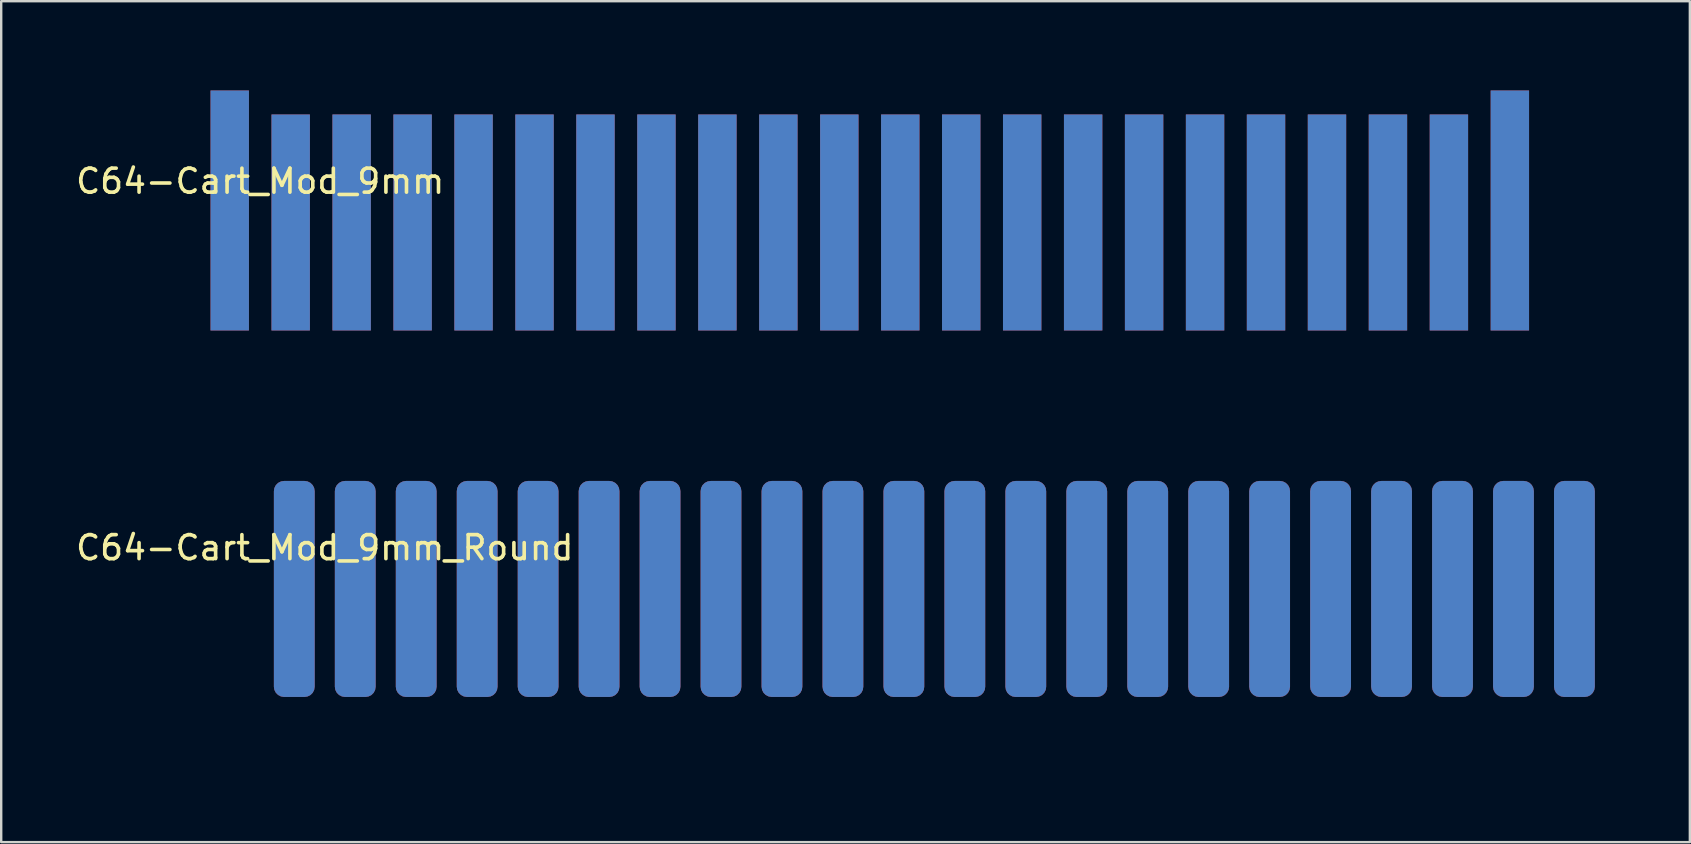
<source format=kicad_pcb>
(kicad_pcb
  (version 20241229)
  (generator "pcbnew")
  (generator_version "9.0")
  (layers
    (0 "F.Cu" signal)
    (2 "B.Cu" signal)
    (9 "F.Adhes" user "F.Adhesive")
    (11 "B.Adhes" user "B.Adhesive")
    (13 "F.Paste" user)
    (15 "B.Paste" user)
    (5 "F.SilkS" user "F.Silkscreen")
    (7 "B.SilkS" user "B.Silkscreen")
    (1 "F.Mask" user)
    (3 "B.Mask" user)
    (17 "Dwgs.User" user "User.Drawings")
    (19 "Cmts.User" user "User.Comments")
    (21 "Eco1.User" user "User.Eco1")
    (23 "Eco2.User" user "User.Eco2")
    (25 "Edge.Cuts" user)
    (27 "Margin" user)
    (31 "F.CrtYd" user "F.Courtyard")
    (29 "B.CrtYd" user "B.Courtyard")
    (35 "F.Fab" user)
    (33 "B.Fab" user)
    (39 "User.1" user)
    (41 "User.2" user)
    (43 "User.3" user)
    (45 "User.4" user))
  (footprint "C64-Cart_Mod_9mm"
    (layer "F.Cu")
    (at 3.982 13.52)
    (property "Reference" "C64-Cart_Mod_9mm" (at 3.81 -9.018 0) (layer "F.SilkS") (effects (font (size 1 1) (thickness 0.15))))
    (attr through_hole)
    (pad "" smd rect (at 28.89 -8.02 180) (size 57.6 11) (layers "F.Mask"))
    (pad "" smd rect (at 28.89 -8.02 180) (size 57.6 11) (layers "B.Mask"))
    (pad "1" smd rect (at 2.54 -7.8 180) (size 1.6 10) (layers "F.Cu" "F.Mask" "F.Paste"))
    (pad "2" smd rect (at 5.08 -7.3 180) (size 1.6 9) (layers "F.Cu" "F.Mask" "F.Paste"))
    (pad "3" smd rect (at 7.62 -7.3 180) (size 1.6 9) (layers "F.Cu" "F.Mask" "F.Paste"))
    (pad "4" smd rect (at 10.16 -7.3 180) (size 1.6 9) (layers "F.Cu" "F.Mask" "F.Paste"))
    (pad "5" smd rect (at 12.7 -7.3 180) (size 1.6 9) (layers "F.Cu" "F.Mask" "F.Paste"))
    (pad "6" smd rect (at 15.24 -7.3 180) (size 1.6 9) (layers "F.Cu" "F.Mask" "F.Paste"))
    (pad "7" smd rect (at 17.78 -7.3 180) (size 1.6 9) (layers "F.Cu" "F.Mask" "F.Paste"))
    (pad "8" smd rect (at 20.32 -7.3 180) (size 1.6 9) (layers "F.Cu" "F.Mask" "F.Paste"))
    (pad "9" smd rect (at 22.86 -7.3 180) (size 1.6 9) (layers "F.Cu" "F.Mask" "F.Paste"))
    (pad "10" smd rect (at 25.4 -7.3 180) (size 1.6 9) (layers "F.Cu" "F.Mask" "F.Paste"))
    (pad "11" smd rect (at 27.94 -7.3 180) (size 1.6 9) (layers "F.Cu" "F.Mask" "F.Paste"))
    (pad "12" smd rect (at 30.48 -7.3 180) (size 1.6 9) (layers "F.Cu" "F.Mask" "F.Paste"))
    (pad "13" smd rect (at 33.02 -7.3 180) (size 1.6 9) (layers "F.Cu" "F.Mask" "F.Paste"))
    (pad "14" smd rect (at 35.56 -7.3 180) (size 1.6 9) (layers "F.Cu" "F.Mask" "F.Paste"))
    (pad "15" smd rect (at 38.1 -7.3 180) (size 1.6 9) (layers "F.Cu" "F.Mask" "F.Paste"))
    (pad "16" smd rect (at 40.64 -7.3 180) (size 1.6 9) (layers "F.Cu" "F.Mask" "F.Paste"))
    (pad "17" smd rect (at 43.18 -7.3 180) (size 1.6 9) (layers "F.Cu" "F.Mask" "F.Paste"))
    (pad "18" smd rect (at 45.72 -7.3 180) (size 1.6 9) (layers "F.Cu" "F.Mask" "F.Paste"))
    (pad "19" smd rect (at 48.26 -7.3 180) (size 1.6 9) (layers "F.Cu" "F.Mask" "F.Paste"))
    (pad "20" smd rect (at 50.8 -7.3 180) (size 1.6 9) (layers "F.Cu" "F.Mask" "F.Paste"))
    (pad "21" smd rect (at 53.34 -7.3 180) (size 1.6 9) (layers "F.Cu" "F.Mask" "F.Paste"))
    (pad "22" smd rect (at 55.88 -7.8 180) (size 1.6 10) (layers "F.Cu" "F.Mask" "F.Paste"))
    (pad "A" smd rect (at 2.54 -7.8) (size 1.6 10) (layers "B.Cu" "B.Mask" "B.Paste"))
    (pad "B" smd rect (at 5.08 -7.3) (size 1.6 9) (layers "B.Cu" "B.Mask" "B.Paste"))
    (pad "C" smd rect (at 7.62 -7.3) (size 1.6 9) (layers "B.Cu" "B.Mask" "B.Paste"))
    (pad "D" smd rect (at 10.16 -7.3) (size 1.6 9) (layers "B.Cu" "B.Mask" "B.Paste"))
    (pad "E" smd rect (at 12.7 -7.3) (size 1.6 9) (layers "B.Cu" "B.Mask" "B.Paste"))
    (pad "F" smd rect (at 15.24 -7.3) (size 1.6 9) (layers "B.Cu" "B.Mask" "B.Paste"))
    (pad "H" smd rect (at 17.78 -7.3) (size 1.6 9) (layers "B.Cu" "B.Mask" "B.Paste"))
    (pad "J" smd rect (at 20.32 -7.3) (size 1.6 9) (layers "B.Cu" "B.Mask" "B.Paste"))
    (pad "K" smd rect (at 22.86 -7.3) (size 1.6 9) (layers "B.Cu" "B.Mask" "B.Paste"))
    (pad "L" smd rect (at 25.4 -7.3) (size 1.6 9) (layers "B.Cu" "B.Mask" "B.Paste"))
    (pad "M" smd rect (at 27.94 -7.3) (size 1.6 9) (layers "B.Cu" "B.Mask" "B.Paste"))
    (pad "N" smd rect (at 30.48 -7.3) (size 1.6 9) (layers "B.Cu" "B.Mask" "B.Paste"))
    (pad "P" smd rect (at 33.02 -7.3) (size 1.6 9) (layers "B.Cu" "B.Mask" "B.Paste"))
    (pad "R" smd rect (at 35.56 -7.3) (size 1.6 9) (layers "B.Cu" "B.Mask" "B.Paste"))
    (pad "S" smd rect (at 38.1 -7.3) (size 1.6 9) (layers "B.Cu" "B.Mask" "B.Paste"))
    (pad "T" smd rect (at 40.64 -7.3) (size 1.6 9) (layers "B.Cu" "B.Mask" "B.Paste"))
    (pad "U" smd rect (at 43.18 -7.3) (size 1.6 9) (layers "B.Cu" "B.Mask" "B.Paste"))
    (pad "V" smd rect (at 45.72 -7.3) (size 1.6 9) (layers "B.Cu" "B.Mask" "B.Paste"))
    (pad "W" smd rect (at 48.26 -7.3) (size 1.6 9) (layers "B.Cu" "B.Mask" "B.Paste"))
    (pad "X" smd rect (at 50.8 -7.3) (size 1.6 9) (layers "B.Cu" "B.Mask" "B.Paste"))
    (pad "Y" smd rect (at 53.34 -7.3) (size 1.6 9) (layers "B.Cu" "B.Mask" "B.Paste"))
    (pad "Z" smd rect (at 55.88 -7.8) (size 1.6 10) (layers "B.Cu" "B.Mask" "B.Paste")))
  (footprint "C64-Cart_Mod_9mm_Round"
    (layer "F.Cu")
    (at 6.672 28.79)
    (property "Reference" "C64-Cart_Mod_9mm_Round" (at 3.81 -9.018 0) (layer "F.SilkS") (effects (font (size 1 1) (thickness 0.15))))
    (attr through_hole)
    (pad "" smd rect (at 28.89 -7.27 180) (size 57.6 9.5) (layers "F.Mask"))
    (pad "" smd rect (at 28.89 -7.27 180) (size 57.6 9.5) (layers "B.Mask"))
    (pad "1" smd roundrect (at 2.54 -7.3 180) (size 1.7 9) (layers "F.Cu" "F.Mask" "F.Paste") (roundrect_rratio 0.25))
    (pad "2" smd roundrect (at 5.08 -7.3 180) (size 1.7 9) (layers "F.Cu" "F.Mask" "F.Paste") (roundrect_rratio 0.25))
    (pad "3" smd roundrect (at 7.62 -7.3 180) (size 1.7 9) (layers "F.Cu" "F.Mask" "F.Paste") (roundrect_rratio 0.25))
    (pad "4" smd roundrect (at 10.16 -7.3 180) (size 1.7 9) (layers "F.Cu" "F.Mask" "F.Paste") (roundrect_rratio 0.25))
    (pad "5" smd roundrect (at 12.7 -7.3 180) (size 1.7 9) (layers "F.Cu" "F.Mask" "F.Paste") (roundrect_rratio 0.25))
    (pad "6" smd roundrect (at 15.24 -7.3 180) (size 1.7 9) (layers "F.Cu" "F.Mask" "F.Paste") (roundrect_rratio 0.25))
    (pad "7" smd roundrect (at 17.78 -7.3 180) (size 1.7 9) (layers "F.Cu" "F.Mask" "F.Paste") (roundrect_rratio 0.25))
    (pad "8" smd roundrect (at 20.32 -7.3 180) (size 1.7 9) (layers "F.Cu" "F.Mask" "F.Paste") (roundrect_rratio 0.25))
    (pad "9" smd roundrect (at 22.86 -7.3 180) (size 1.7 9) (layers "F.Cu" "F.Mask" "F.Paste") (roundrect_rratio 0.25))
    (pad "10" smd roundrect (at 25.4 -7.3 180) (size 1.7 9) (layers "F.Cu" "F.Mask" "F.Paste") (roundrect_rratio 0.25))
    (pad "11" smd roundrect (at 27.94 -7.3 180) (size 1.7 9) (layers "F.Cu" "F.Mask" "F.Paste") (roundrect_rratio 0.25))
    (pad "12" smd roundrect (at 30.48 -7.3 180) (size 1.7 9) (layers "F.Cu" "F.Mask" "F.Paste") (roundrect_rratio 0.25))
    (pad "13" smd roundrect (at 33.02 -7.3 180) (size 1.7 9) (layers "F.Cu" "F.Mask" "F.Paste") (roundrect_rratio 0.25))
    (pad "14" smd roundrect (at 35.56 -7.3 180) (size 1.7 9) (layers "F.Cu" "F.Mask" "F.Paste") (roundrect_rratio 0.25))
    (pad "15" smd roundrect (at 38.1 -7.3 180) (size 1.7 9) (layers "F.Cu" "F.Mask" "F.Paste") (roundrect_rratio 0.25))
    (pad "16" smd roundrect (at 40.64 -7.3 180) (size 1.7 9) (layers "F.Cu" "F.Mask" "F.Paste") (roundrect_rratio 0.25))
    (pad "17" smd roundrect (at 43.18 -7.3 180) (size 1.7 9) (layers "F.Cu" "F.Mask" "F.Paste") (roundrect_rratio 0.25))
    (pad "18" smd roundrect (at 45.72 -7.3 180) (size 1.7 9) (layers "F.Cu" "F.Mask" "F.Paste") (roundrect_rratio 0.25))
    (pad "19" smd roundrect (at 48.26 -7.3 180) (size 1.7 9) (layers "F.Cu" "F.Mask" "F.Paste") (roundrect_rratio 0.25))
    (pad "20" smd roundrect (at 50.8 -7.3 180) (size 1.7 9) (layers "F.Cu" "F.Mask" "F.Paste") (roundrect_rratio 0.25))
    (pad "21" smd roundrect (at 53.34 -7.3 180) (size 1.7 9) (layers "F.Cu" "F.Mask" "F.Paste") (roundrect_rratio 0.25))
    (pad "22" smd roundrect (at 55.88 -7.3 180) (size 1.7 9) (layers "F.Cu" "F.Mask" "F.Paste") (roundrect_rratio 0.25))
    (pad "A" smd roundrect (at 2.54 -7.3) (size 1.7 9) (layers "B.Cu" "B.Mask" "B.Paste") (roundrect_rratio 0.25))
    (pad "B" smd roundrect (at 5.08 -7.3) (size 1.7 9) (layers "B.Cu" "B.Mask" "B.Paste") (roundrect_rratio 0.25))
    (pad "C" smd roundrect (at 7.62 -7.3) (size 1.7 9) (layers "B.Cu" "B.Mask" "B.Paste") (roundrect_rratio 0.25))
    (pad "D" smd roundrect (at 10.16 -7.3) (size 1.7 9) (layers "B.Cu" "B.Mask" "B.Paste") (roundrect_rratio 0.25))
    (pad "E" smd roundrect (at 12.7 -7.3) (size 1.7 9) (layers "B.Cu" "B.Mask" "B.Paste") (roundrect_rratio 0.25))
    (pad "F" smd roundrect (at 15.24 -7.3) (size 1.7 9) (layers "B.Cu" "B.Mask" "B.Paste") (roundrect_rratio 0.25))
    (pad "H" smd roundrect (at 17.78 -7.3) (size 1.7 9) (layers "B.Cu" "B.Mask" "B.Paste") (roundrect_rratio 0.25))
    (pad "J" smd roundrect (at 20.32 -7.3) (size 1.7 9) (layers "B.Cu" "B.Mask" "B.Paste") (roundrect_rratio 0.25))
    (pad "K" smd roundrect (at 22.86 -7.3) (size 1.7 9) (layers "B.Cu" "B.Mask" "B.Paste") (roundrect_rratio 0.25))
    (pad "L" smd roundrect (at 25.4 -7.3) (size 1.7 9) (layers "B.Cu" "B.Mask" "B.Paste") (roundrect_rratio 0.25))
    (pad "M" smd roundrect (at 27.94 -7.3) (size 1.7 9) (layers "B.Cu" "B.Mask" "B.Paste") (roundrect_rratio 0.25))
    (pad "N" smd roundrect (at 30.48 -7.3) (size 1.7 9) (layers "B.Cu" "B.Mask" "B.Paste") (roundrect_rratio 0.25))
    (pad "P" smd roundrect (at 33.02 -7.3) (size 1.7 9) (layers "B.Cu" "B.Mask" "B.Paste") (roundrect_rratio 0.25))
    (pad "R" smd roundrect (at 35.56 -7.3) (size 1.7 9) (layers "B.Cu" "B.Mask" "B.Paste") (roundrect_rratio 0.25))
    (pad "S" smd roundrect (at 38.1 -7.3) (size 1.7 9) (layers "B.Cu" "B.Mask" "B.Paste") (roundrect_rratio 0.25))
    (pad "T" smd roundrect (at 40.64 -7.3) (size 1.7 9) (layers "B.Cu" "B.Mask" "B.Paste") (roundrect_rratio 0.25))
    (pad "U" smd roundrect (at 43.18 -7.3) (size 1.7 9) (layers "B.Cu" "B.Mask" "B.Paste") (roundrect_rratio 0.25))
    (pad "V" smd roundrect (at 45.72 -7.3) (size 1.7 9) (layers "B.Cu" "B.Mask" "B.Paste") (roundrect_rratio 0.25))
    (pad "W" smd roundrect (at 48.26 -7.3) (size 1.7 9) (layers "B.Cu" "B.Mask" "B.Paste") (roundrect_rratio 0.25))
    (pad "X" smd roundrect (at 50.8 -7.3) (size 1.7 9) (layers "B.Cu" "B.Mask" "B.Paste") (roundrect_rratio 0.25))
    (pad "Y" smd roundrect (at 53.34 -7.3) (size 1.7 9) (layers "B.Cu" "B.Mask" "B.Paste") (roundrect_rratio 0.25))
    (pad "Z" smd roundrect (at 55.88 -7.3) (size 1.7 9) (layers "B.Cu" "B.Mask" "B.Paste") (roundrect_rratio 0.25)))
  (gr_rect
    (start -3 -3)
    (end 67.362 32.04)
    (stroke (width 0.1) (type default))
    (fill no)
    (layer "Edge.Cuts")))
</source>
